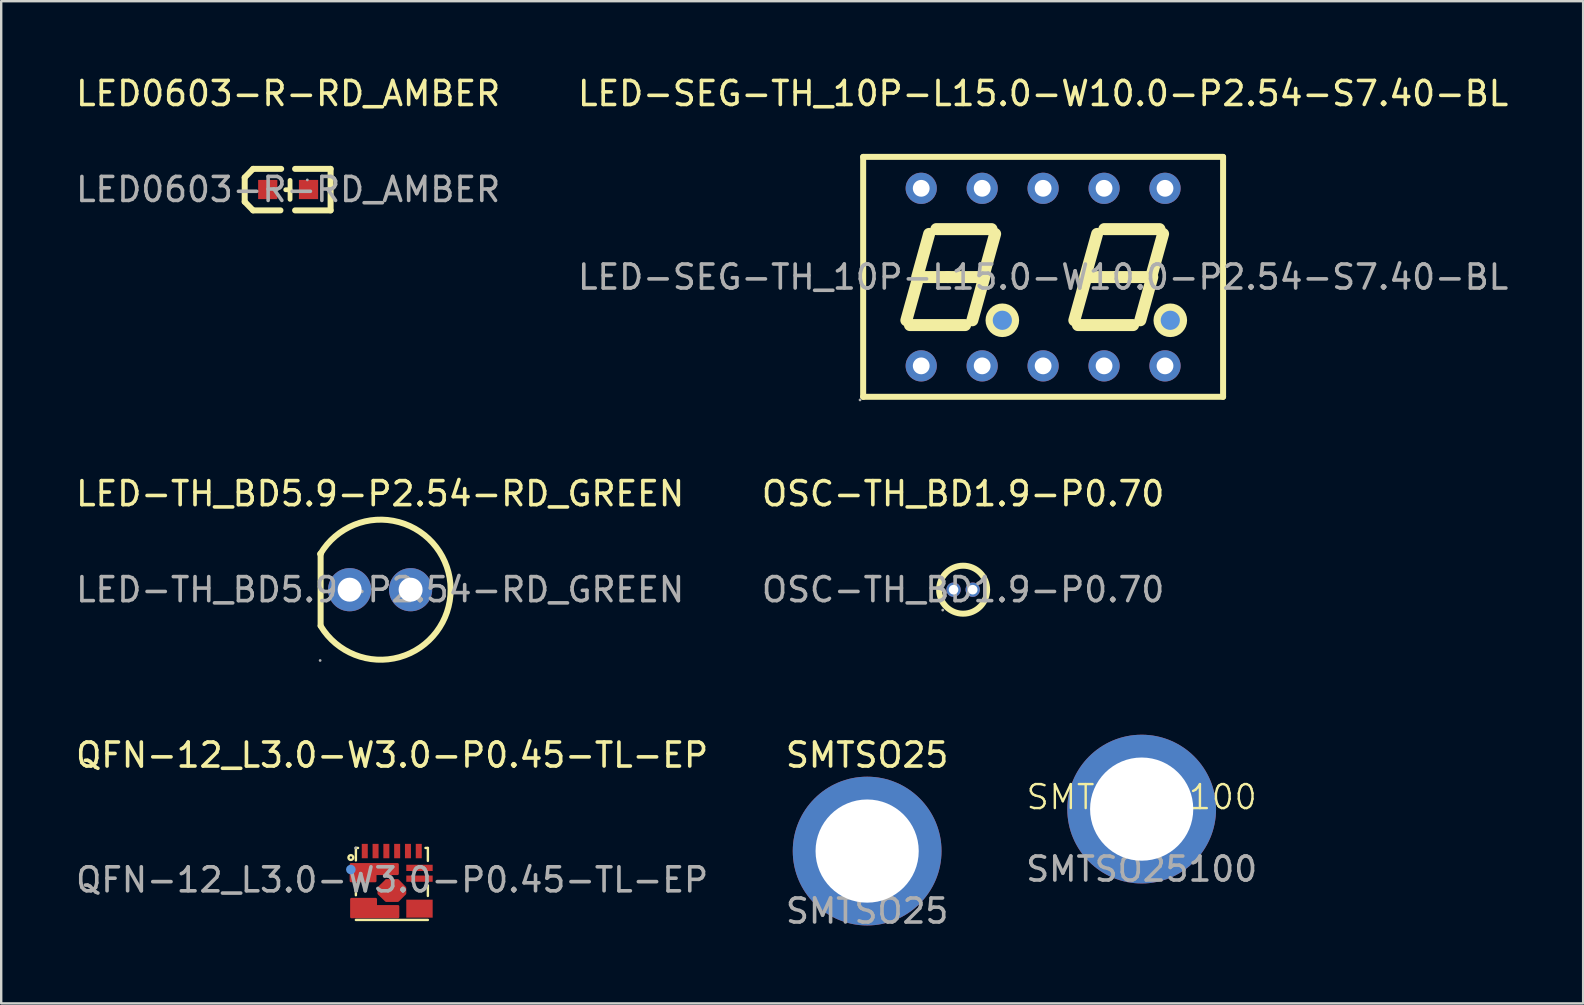
<source format=kicad_pcb>
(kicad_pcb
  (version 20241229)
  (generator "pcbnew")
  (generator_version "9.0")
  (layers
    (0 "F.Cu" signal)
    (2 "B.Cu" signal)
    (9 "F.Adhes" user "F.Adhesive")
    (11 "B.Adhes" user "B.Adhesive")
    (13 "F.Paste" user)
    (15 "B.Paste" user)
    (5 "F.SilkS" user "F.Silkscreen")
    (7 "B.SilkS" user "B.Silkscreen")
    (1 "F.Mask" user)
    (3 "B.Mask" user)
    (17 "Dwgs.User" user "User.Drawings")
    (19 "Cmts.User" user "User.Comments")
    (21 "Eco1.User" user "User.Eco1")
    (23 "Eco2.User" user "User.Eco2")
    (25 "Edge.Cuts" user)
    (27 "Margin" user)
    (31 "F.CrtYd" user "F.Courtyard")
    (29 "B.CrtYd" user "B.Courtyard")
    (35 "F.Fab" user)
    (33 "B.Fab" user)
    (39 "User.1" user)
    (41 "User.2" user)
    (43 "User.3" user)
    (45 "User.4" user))
  (footprint "SMTSO25100"
    (layer "F.Cu")
    (at 44.53 30.67)
    (property "Reference" "SMTSO25100" (at 0 -0.5 0) (unlocked yes) (layer "F.SilkS") (effects (font (size 1 1) (thickness 0.1))))
    (attr through_hole)
    (fp_text user "${REFERENCE}" (at 0 2.5 0) (unlocked yes) (layer "F.Fab") (effects (font (size 1 1) (thickness 0.15))))
    (pad "1" thru_hole circle (at 0 0) (size 6.2 6.2) (drill 4.3) (layers "*.Cu" "*.Paste" "*.Mask")))
  (footprint "LED-TH_BD5.9-P2.54-RD_GREEN"
    (layer "F.Cu")
    (at 12.792 21.526)
    (property "Reference" "LED-TH_BD5.9-P2.54-RD_GREEN" (at 0 -4 0) (layer "F.SilkS") (effects (font (size 1 1) (thickness 0.15))))
    (attr through_hole)
    (fp_line (start -2.48 -1.49) (end -2.48 1.5) (stroke (width 0.25) (type solid)) (layer "F.SilkS"))
    (fp_arc (start -2.49366 -1.49366) (mid -2.48634 -1.49366) (end -2.48 -1.49) (stroke (width 0.25) (type solid)) (layer "F.SilkS"))
    (fp_arc (start -2.49 -1.49) (mid 2.938918 -0.010981) (end -2.478718 1.508843) (stroke (width 0.25) (type solid)) (layer "F.SilkS"))
    (fp_circle (center -2.5 2.95) (end -2.47 2.95) (stroke (width 0.06) (type solid)) (fill no) (layer "F.Fab"))
    (fp_text user "${REFERENCE}" (at 0 0 0) (layer "F.Fab") (effects (font (size 1 1) (thickness 0.15))))
    (pad "1" thru_hole circle (at -1.27 0) (size 1.8 1.8) (drill 1) (layers "*.Cu" "*.Mask"))
    (pad "2" thru_hole circle (at 1.27 0) (size 1.8 1.8) (drill 1) (layers "*.Cu" "*.Mask")))
  (footprint "SMTSO25"
    (layer "F.Cu")
    (at 33.089 32.419)
    (property "Reference" "SMTSO25" (at 0 -4 0) (unlocked yes) (layer "F.SilkS") (effects (font (size 1 1) (thickness 0.15))))
    (attr through_hole)
    (fp_text user "${REFERENCE}" (at 0 2.5 0) (unlocked yes) (layer "F.Fab") (effects (font (size 1 1) (thickness 0.15))))
    (pad "1" thru_hole circle (at 0 0) (size 6.2 6.2) (drill 4.3) (layers "*.Cu" "*.Paste" "*.Mask")))
  (footprint "LED-SEG-TH_10P-L15.0-W10.0-P2.54-S7.40-BL"
    (layer "F.Cu")
    (at 40.423 8.498)
    (property "Reference" "LED-SEG-TH_10P-L15.0-W10.0-P2.54-S7.40-BL" (at 0 -7.65 0) (layer "F.SilkS") (effects (font (size 1 1) (thickness 0.15))))
    (attr through_hole)
    (fp_line (start -7.5 -5.01) (end 7.5 -5.01) (stroke (width 0.25) (type solid)) (layer "F.SilkS"))
    (fp_line (start -7.5 4.99) (end -7.5 -5.01) (stroke (width 0.25) (type solid)) (layer "F.SilkS"))
    (fp_line (start -5.7 1.8) (end -5.2 0) (stroke (width 0.5) (type solid)) (layer "F.SilkS"))
    (fp_line (start -5 0) (end -3.97 0) (stroke (width 0.5) (type solid)) (layer "F.SilkS"))
    (fp_line (start -4.75 -1.8) (end -5.25 0) (stroke (width 0.5) (type solid)) (layer "F.SilkS"))
    (fp_line (start -4.45 -2) (end -2.15 -2) (stroke (width 0.5) (type solid)) (layer "F.SilkS"))
    (fp_line (start -3.97 0) (end -2.7 0) (stroke (width 0.5) (type solid)) (layer "F.SilkS"))
    (fp_line (start -3.25 2) (end -5.55 2) (stroke (width 0.5) (type solid)) (layer "F.SilkS"))
    (fp_line (start -2.95 1.8) (end -2.45 0) (stroke (width 0.5) (type solid)) (layer "F.SilkS"))
    (fp_line (start -2 -1.8) (end -2.5 0) (stroke (width 0.5) (type solid)) (layer "F.SilkS"))
    (fp_line (start 1.3 1.8) (end 1.8 0) (stroke (width 0.5) (type solid)) (layer "F.SilkS"))
    (fp_line (start 2 0) (end 3.03 0) (stroke (width 0.5) (type solid)) (layer "F.SilkS"))
    (fp_line (start 2.25 -1.8) (end 1.75 0) (stroke (width 0.5) (type solid)) (layer "F.SilkS"))
    (fp_line (start 2.55 -2) (end 4.85 -2) (stroke (width 0.5) (type solid)) (layer "F.SilkS"))
    (fp_line (start 3.03 0) (end 4.3 0) (stroke (width 0.5) (type solid)) (layer "F.SilkS"))
    (fp_line (start 3.75 2) (end 1.45 2) (stroke (width 0.5) (type solid)) (layer "F.SilkS"))
    (fp_line (start 4.05 1.8) (end 4.55 0) (stroke (width 0.5) (type solid)) (layer "F.SilkS"))
    (fp_line (start 5 -1.8) (end 4.5 0) (stroke (width 0.5) (type solid)) (layer "F.SilkS"))
    (fp_line (start 7.5 -5.01) (end 7.5 4.99) (stroke (width 0.25) (type solid)) (layer "F.SilkS"))
    (fp_line (start 7.5 4.99) (end -7.5 4.99) (stroke (width 0.25) (type solid)) (layer "F.SilkS"))
    (fp_circle (center -1.7 1.8) (end -1.25 1.8) (stroke (width 0.5) (type solid)) (fill no) (layer "F.SilkS"))
    (fp_circle (center 5.3 1.8) (end 5.75 1.8) (stroke (width 0.5) (type solid)) (fill no) (layer "F.SilkS"))
    (fp_circle (center -1.7 1.8) (end -1.5 1.8) (stroke (width 0.4) (type solid)) (fill no) (layer "Cmts.User"))
    (fp_circle (center 5.3 1.8) (end 5.5 1.8) (stroke (width 0.4) (type solid)) (fill no) (layer "Cmts.User"))
    (fp_circle (center -7.63 5.12) (end -7.6 5.12) (stroke (width 0.06) (type solid)) (fill no) (layer "F.Fab"))
    (fp_circle (center -5.08 -3.65) (end -4.97 -3.65) (stroke (width 0.22) (type solid)) (fill no) (layer "F.Fab"))
    (fp_circle (center -5.08 3.65) (end -4.97 3.65) (stroke (width 0.22) (type solid)) (fill no) (layer "F.Fab"))
    (fp_circle (center -2.54 -3.65) (end -2.43 -3.65) (stroke (width 0.22) (type solid)) (fill no) (layer "F.Fab"))
    (fp_circle (center -2.54 3.65) (end -2.43 3.65) (stroke (width 0.22) (type solid)) (fill no) (layer "F.Fab"))
    (fp_circle (center 0 -3.65) (end 0.11 -3.65) (stroke (width 0.22) (type solid)) (fill no) (layer "F.Fab"))
    (fp_circle (center 0 3.65) (end 0.11 3.65) (stroke (width 0.22) (type solid)) (fill no) (layer "F.Fab"))
    (fp_circle (center 2.54 -3.65) (end 2.65 -3.65) (stroke (width 0.22) (type solid)) (fill no) (layer "F.Fab"))
    (fp_circle (center 2.54 3.65) (end 2.65 3.65) (stroke (width 0.22) (type solid)) (fill no) (layer "F.Fab"))
    (fp_circle (center 5.08 -3.65) (end 5.19 -3.65) (stroke (width 0.22) (type solid)) (fill no) (layer "F.Fab"))
    (fp_circle (center 5.08 3.65) (end 5.19 3.65) (stroke (width 0.22) (type solid)) (fill no) (layer "F.Fab"))
    (fp_text user "${REFERENCE}" (at 0 0 0) (layer "F.Fab") (effects (font (size 1 1) (thickness 0.15))))
    (pad "1" thru_hole circle (at -5.08 3.7) (size 1.3 1.3) (drill 0.7) (layers "*.Cu" "*.Mask"))
    (pad "2" thru_hole circle (at -2.54 3.7) (size 1.3 1.3) (drill 0.7) (layers "*.Cu" "*.Mask"))
    (pad "3" thru_hole circle (at 0 3.7) (size 1.3 1.3) (drill 0.7) (layers "*.Cu" "*.Mask"))
    (pad "4" thru_hole circle (at 2.54 3.7) (size 1.3 1.3) (drill 0.7) (layers "*.Cu" "*.Mask"))
    (pad "5" thru_hole circle (at 5.08 3.7) (size 1.3 1.3) (drill 0.7) (layers "*.Cu" "*.Mask"))
    (pad "6" thru_hole circle (at 5.08 -3.7) (size 1.3 1.3) (drill 0.7) (layers "*.Cu" "*.Mask"))
    (pad "7" thru_hole circle (at 2.54 -3.7) (size 1.3 1.3) (drill 0.7) (layers "*.Cu" "*.Mask"))
    (pad "8" thru_hole circle (at 0 -3.7) (size 1.3 1.3) (drill 0.7) (layers "*.Cu" "*.Mask"))
    (pad "9" thru_hole circle (at -2.54 -3.7) (size 1.3 1.3) (drill 0.7) (layers "*.Cu" "*.Mask"))
    (pad "10" thru_hole circle (at -5.08 -3.7) (size 1.3 1.3) (drill 0.7) (layers "*.Cu" "*.Mask")))
  (footprint "QFN-12_L3.0-W3.0-P0.45-TL-EP"
    (layer "F.Cu")
    (at 13.292 33.619)
    (property "Reference" "QFN-12_L3.0-W3.0-P0.45-TL-EP" (at 0 -5.2 0) (layer "F.SilkS") (effects (font (size 1 1) (thickness 0.15))))
    (attr smd)
    (fp_line (start -1.51 -1.33) (end -1.42 -1.33) (stroke (width 0.1) (type solid)) (layer "F.SilkS"))
    (fp_line (start -1.51 -0.81) (end -1.51 -1.33) (stroke (width 0.1) (type solid)) (layer "F.SilkS"))
    (fp_line (start -1.51 0.64) (end -1.51 0.2) (stroke (width 0.1) (type solid)) (layer "F.SilkS"))
    (fp_line (start 1.39 -1.33) (end 1.49 -1.33) (stroke (width 0.1) (type solid)) (layer "F.SilkS"))
    (fp_line (start 1.49 -1.33) (end 1.49 -0.79) (stroke (width 0.1) (type solid)) (layer "F.SilkS"))
    (fp_line (start 1.49 0.23) (end 1.49 0.67) (stroke (width 0.1) (type solid)) (layer "F.SilkS"))
    (fp_line (start 1.49 1.67) (end -1.51 1.67) (stroke (width 0.1) (type solid)) (layer "F.SilkS"))
    (fp_circle (center -1.72 -0.93) (end -1.62 -0.93) (stroke (width 0.1) (type solid)) (fill no) (layer "F.SilkS"))
    (fp_circle (center -1.72 -0.43) (end -1.62 -0.43) (stroke (width 0.2) (type solid)) (fill no) (layer "Cmts.User"))
    (fp_circle (center -1.52 -1.33) (end -1.49 -1.33) (stroke (width 0.06) (type solid)) (fill no) (layer "F.Fab"))
    (fp_text user "${REFERENCE}" (at 0 0 0) (layer "F.Fab") (effects (font (size 1 1) (thickness 0.15))))
    (pad "1" smd custom (at -0.75 -0.3) (size 0.01 0.01) (layers "F.Cu" "F.Mask" "F.Paste") (options (anchor circle)) (primitives (gr_poly (pts (xy -0.97 -0.35) (xy 0.98 -0.35) (xy 0.98 0.05) (xy 0.05 0.05) (xy 0.05 0.35) (xy -0.97 0.35) (xy -0.97 0.05)) (width 0.1) (fill yes))))
    (pad "2" smd custom (at -0.01 0.45) (size 0.01 0.01) (layers "F.Cu" "F.Mask" "F.Paste") (options (anchor circle)) (primitives (gr_poly (pts (xy -0.24 -0.43) (xy 0.25 -0.43) (xy 0.55 -0.12) (xy 0.55 0.12) (xy 0.25 0.42) (xy -0.24 0.42) (xy -0.55 0.12) (xy -0.55 -0.12) (xy -0.25 -0.41)) (width 0.1) (fill yes))))
    (pad "3" smd custom (at -0.73 1.2) (size 0.01 0.01) (layers "F.Cu" "F.Mask" "F.Paste") (options (anchor circle)) (primitives (gr_poly (pts (xy -0.97 0.35) (xy 0.98 0.35) (xy 0.98 -0.1) (xy 0.05 -0.1) (xy 0.05 -0.4) (xy -0.97 -0.4) (xy -0.97 -0.05)) (width 0.1) (fill yes))))
    (pad "4" smd rect (at 1.14 1.2) (size 1.1 0.75) (layers "F.Cu" "F.Mask" "F.Paste"))
    (pad "5" smd rect (at 1.14 -0.05) (size 1.1 0.26) (layers "F.Cu" "F.Mask" "F.Paste"))
    (pad "6" smd rect (at 1.14 -0.5) (size 1.1 0.26) (layers "F.Cu" "F.Mask" "F.Paste"))
    (pad "7" smd rect (at 1.11 -1.2) (size 0.25 0.6) (layers "F.Cu" "F.Mask" "F.Paste"))
    (pad "8" smd rect (at 0.66 -1.2) (size 0.25 0.6) (layers "F.Cu" "F.Mask" "F.Paste"))
    (pad "9" smd rect (at 0.21 -1.2) (size 0.25 0.6) (layers "F.Cu" "F.Mask" "F.Paste"))
    (pad "10" smd rect (at -0.24 -1.2) (size 0.25 0.6) (layers "F.Cu" "F.Mask" "F.Paste"))
    (pad "11" smd rect (at -0.69 -1.2) (size 0.25 0.6) (layers "F.Cu" "F.Mask" "F.Paste"))
    (pad "12" smd rect (at -1.14 -1.2) (size 0.25 0.6) (layers "F.Cu" "F.Mask" "F.Paste")))
  (footprint "LED0603-R-RD_AMBER"
    (layer "F.Cu")
    (at 8.958 4.848)
    (property "Reference" "LED0603-R-RD_AMBER" (at 0 -4 0) (layer "F.SilkS") (effects (font (size 1 1) (thickness 0.15))))
    (attr smd)
    (fp_line (start -1.81 -0.5) (end -1.46 -0.86) (stroke (width 0.25) (type solid)) (layer "F.SilkS"))
    (fp_line (start -1.81 0.51) (end -1.81 -0.5) (stroke (width 0.25) (type solid)) (layer "F.SilkS"))
    (fp_line (start -1.46 0.87) (end -1.81 0.51) (stroke (width 0.25) (type solid)) (layer "F.SilkS"))
    (fp_line (start -0.32 0.87) (end -1.46 0.87) (stroke (width 0.25) (type solid)) (layer "F.SilkS"))
    (fp_line (start -0.29 -0.86) (end -1.46 -0.86) (stroke (width 0.25) (type solid)) (layer "F.SilkS"))
    (fp_line (start 0.08 0.01) (end -0.1 0.01) (stroke (width 0.2) (type solid)) (layer "F.SilkS"))
    (fp_line (start 0.08 0.41) (end 0.08 -0.38) (stroke (width 0.2) (type solid)) (layer "F.SilkS"))
    (fp_line (start 1.77 -0.86) (end 0.29 -0.86) (stroke (width 0.25) (type solid)) (layer "F.SilkS"))
    (fp_line (start 1.77 0.87) (end 0.29 0.87) (stroke (width 0.25) (type solid)) (layer "F.SilkS"))
    (fp_line (start 1.77 0.87) (end 1.77 -0.86) (stroke (width 0.25) (type solid)) (layer "F.SilkS"))
    (fp_circle (center 0.8 -0.4) (end 0.83 -0.4) (stroke (width 0.06) (type solid)) (fill no) (layer "F.Fab"))
    (fp_text user "${REFERENCE}" (at 0 0 0) (layer "F.Fab") (effects (font (size 1 1) (thickness 0.15))))
    (pad "1" smd rect (at 0.85 0 90) (size 0.8 0.8) (layers "F.Cu" "F.Mask" "F.Paste"))
    (pad "2" smd rect (at -0.85 0 90) (size 0.8 0.8) (layers "F.Cu" "F.Mask" "F.Paste")))
  (footprint "OSC-TH_BD1.9-P0.70"
    (layer "F.Cu")
    (at 37.089 21.526)
    (property "Reference" "OSC-TH_BD1.9-P0.70" (at 0 -4 0) (layer "F.SilkS") (effects (font (size 1 1) (thickness 0.15))))
    (attr through_hole)
    (fp_circle (center 0 0) (end 1 0) (stroke (width 0.25) (type solid)) (fill no) (layer "F.SilkS"))
    (fp_circle (center -0.85 0.85) (end -0.82 0.85) (stroke (width 0.06) (type solid)) (fill no) (layer "F.Fab"))
    (fp_circle (center -0.4 0) (end -0.33 0) (stroke (width 0.13) (type solid)) (fill no) (layer "F.Fab"))
    (fp_circle (center 0.4 0) (end 0.47 0) (stroke (width 0.13) (type solid)) (fill no) (layer "F.Fab"))
    (fp_text user "${REFERENCE}" (at 0 0 0) (layer "F.Fab") (effects (font (size 1 1) (thickness 0.15))))
    (pad "1" thru_hole circle (at -0.4 0) (size 0.6 0.6) (drill 0.4) (layers "*.Cu" "*.Mask"))
    (pad "2" thru_hole circle (at 0.4 0) (size 0.6 0.6) (drill 0.4) (layers "*.Cu" "*.Mask")))
  (gr_rect
    (start -3 -3)
    (end 62.929 38.767)
    (stroke (width 0.1) (type default))
    (fill no)
    (layer "Edge.Cuts")))
</source>
